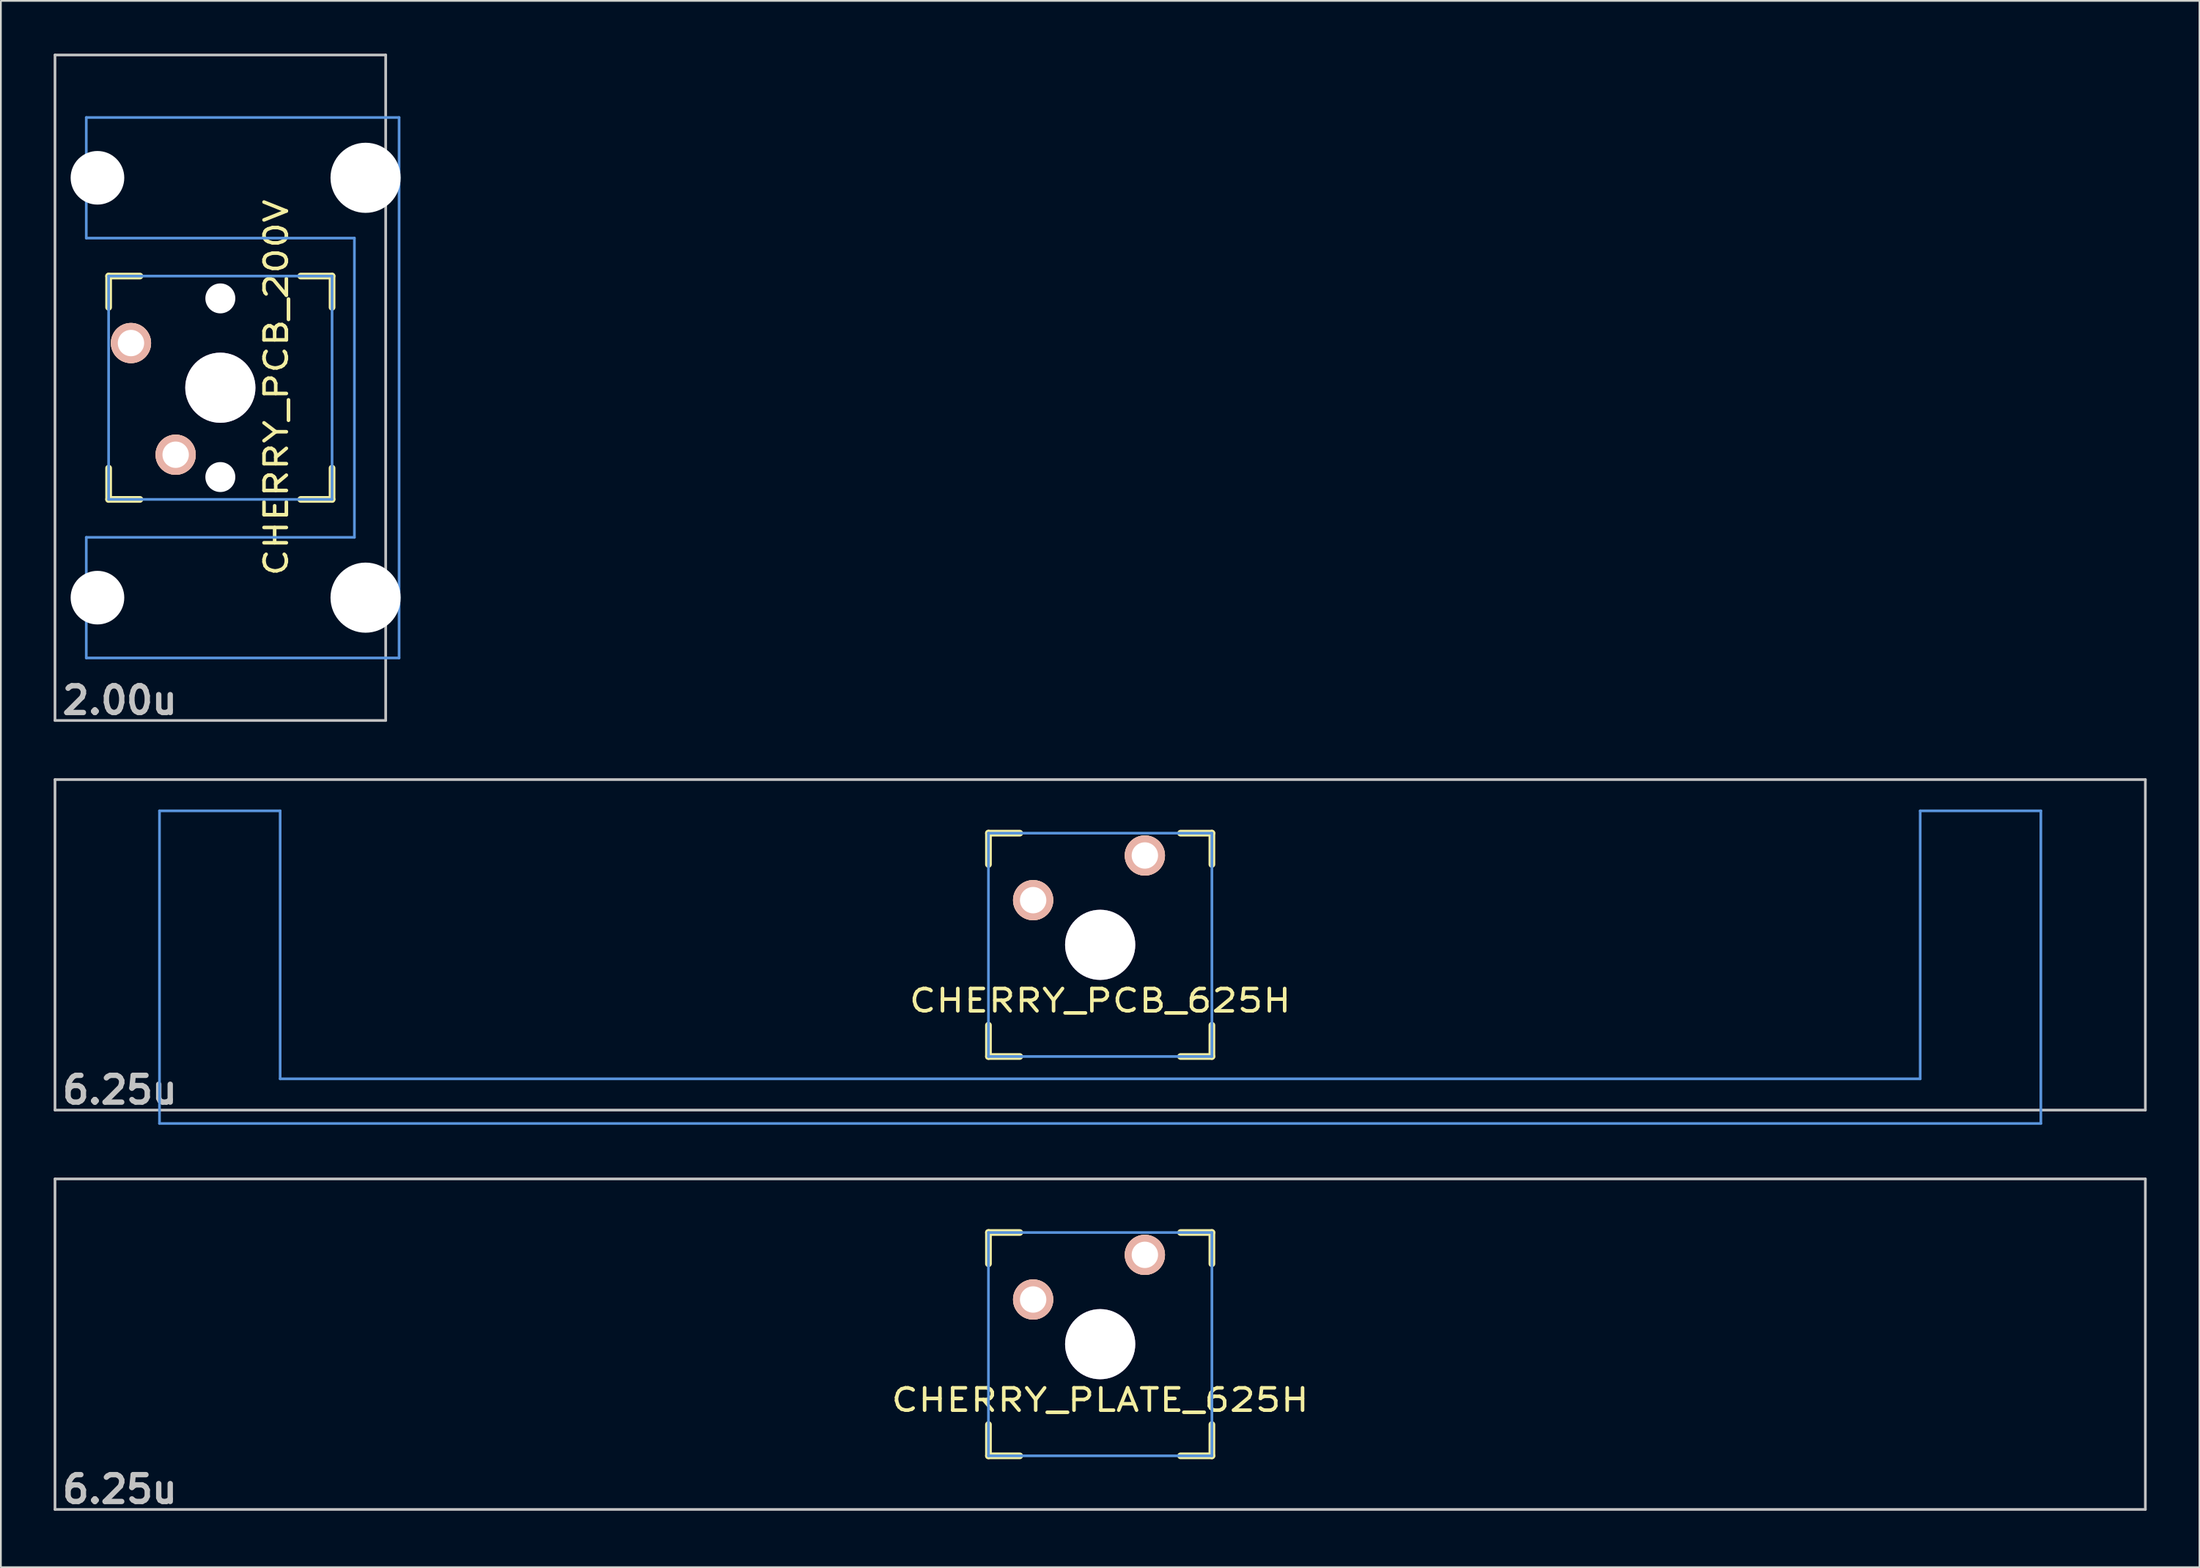
<source format=kicad_pcb>
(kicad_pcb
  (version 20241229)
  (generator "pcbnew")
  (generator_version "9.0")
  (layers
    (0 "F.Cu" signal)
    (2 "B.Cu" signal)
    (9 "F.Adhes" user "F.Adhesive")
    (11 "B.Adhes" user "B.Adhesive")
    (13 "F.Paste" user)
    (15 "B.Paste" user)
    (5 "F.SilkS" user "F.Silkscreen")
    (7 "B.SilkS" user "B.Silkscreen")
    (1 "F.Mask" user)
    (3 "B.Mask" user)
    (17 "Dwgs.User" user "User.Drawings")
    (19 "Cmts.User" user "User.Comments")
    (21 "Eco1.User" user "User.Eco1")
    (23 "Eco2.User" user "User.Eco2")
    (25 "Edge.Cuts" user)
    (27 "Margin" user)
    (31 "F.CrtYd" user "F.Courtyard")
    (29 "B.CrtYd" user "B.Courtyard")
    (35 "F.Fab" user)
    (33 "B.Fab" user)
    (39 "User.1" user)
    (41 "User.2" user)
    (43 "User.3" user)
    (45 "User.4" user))
  (footprint "CHERRY_PCB_625H"
    (layer "F.Cu")
    (at 59.482 50.68)
    (property "Reference" "CHERRY_PCB_625H" (at 0 3.175 0) (layer "F.SilkS") (effects (font (size 1.27 1.524) (thickness 0.203))))
    (attr through_hole)
    (fp_line (start -6.35 -6.35) (end -4.572 -6.35) (stroke (width 0.381) (type solid)) (layer "F.SilkS"))
    (fp_line (start -6.35 -4.572) (end -6.35 -6.35) (stroke (width 0.381) (type solid)) (layer "F.SilkS"))
    (fp_line (start -6.35 6.35) (end -6.35 4.572) (stroke (width 0.381) (type solid)) (layer "F.SilkS"))
    (fp_line (start -4.572 6.35) (end -6.35 6.35) (stroke (width 0.381) (type solid)) (layer "F.SilkS"))
    (fp_line (start 4.572 -6.35) (end 6.35 -6.35) (stroke (width 0.381) (type solid)) (layer "F.SilkS"))
    (fp_line (start 6.35 -6.35) (end 6.35 -4.572) (stroke (width 0.381) (type solid)) (layer "F.SilkS"))
    (fp_line (start 6.35 4.572) (end 6.35 6.35) (stroke (width 0.381) (type solid)) (layer "F.SilkS"))
    (fp_line (start 6.35 6.35) (end 4.572 6.35) (stroke (width 0.381) (type solid)) (layer "F.SilkS"))
    (fp_line (start -59.406 -9.398) (end 59.406 -9.398) (stroke (width 0.152) (type solid)) (layer "Dwgs.User"))
    (fp_line (start -59.406 9.398) (end -59.406 -9.398) (stroke (width 0.152) (type solid)) (layer "Dwgs.User"))
    (fp_line (start 59.406 -9.398) (end 59.406 9.398) (stroke (width 0.152) (type solid)) (layer "Dwgs.User"))
    (fp_line (start 59.406 9.398) (end -59.406 9.398) (stroke (width 0.152) (type solid)) (layer "Dwgs.User"))
    (fp_line (start -53.467 -7.62) (end -53.467 10.16) (stroke (width 0.152) (type solid)) (layer "Cmts.User"))
    (fp_line (start -53.467 10.16) (end 53.467 10.16) (stroke (width 0.152) (type solid)) (layer "Cmts.User"))
    (fp_line (start -46.609 -7.62) (end -53.467 -7.62) (stroke (width 0.152) (type solid)) (layer "Cmts.User"))
    (fp_line (start -46.609 7.62) (end -46.609 -7.62) (stroke (width 0.152) (type solid)) (layer "Cmts.User"))
    (fp_line (start -6.35 -6.35) (end 6.35 -6.35) (stroke (width 0.152) (type solid)) (layer "Cmts.User"))
    (fp_line (start -6.35 6.35) (end -6.35 -6.35) (stroke (width 0.152) (type solid)) (layer "Cmts.User"))
    (fp_line (start 6.35 -6.35) (end 6.35 6.35) (stroke (width 0.152) (type solid)) (layer "Cmts.User"))
    (fp_line (start 6.35 6.35) (end -6.35 6.35) (stroke (width 0.152) (type solid)) (layer "Cmts.User"))
    (fp_line (start 46.609 -7.62) (end 46.609 7.62) (stroke (width 0.152) (type solid)) (layer "Cmts.User"))
    (fp_line (start 46.609 7.62) (end -46.609 7.62) (stroke (width 0.152) (type solid)) (layer "Cmts.User"))
    (fp_line (start 53.467 -7.62) (end 46.609 -7.62) (stroke (width 0.152) (type solid)) (layer "Cmts.User"))
    (fp_line (start 53.467 10.16) (end 53.467 -7.62) (stroke (width 0.152) (type solid)) (layer "Cmts.User"))
    (fp_line (start -54.229 -2.286) (end -53.365 -2.286) (stroke (width 0.152) (type solid)) (layer "Eco2.User"))
    (fp_line (start -54.229 0.508) (end -54.229 -2.286) (stroke (width 0.152) (type solid)) (layer "Eco2.User"))
    (fp_line (start -53.365 -5.69) (end -46.711 -5.69) (stroke (width 0.152) (type solid)) (layer "Eco2.User"))
    (fp_line (start -53.365 -2.286) (end -53.365 -5.69) (stroke (width 0.152) (type solid)) (layer "Eco2.User"))
    (fp_line (start -53.365 0.508) (end -54.229 0.508) (stroke (width 0.152) (type solid)) (layer "Eco2.User"))
    (fp_line (start -53.365 6.604) (end -53.365 0.508) (stroke (width 0.152) (type solid)) (layer "Eco2.User"))
    (fp_line (start -52.324 6.604) (end -53.365 6.604) (stroke (width 0.152) (type solid)) (layer "Eco2.User"))
    (fp_line (start -52.324 7.772) (end -52.324 6.604) (stroke (width 0.152) (type solid)) (layer "Eco2.User"))
    (fp_line (start -47.752 6.604) (end -47.752 7.772) (stroke (width 0.152) (type solid)) (layer "Eco2.User"))
    (fp_line (start -47.752 7.772) (end -52.324 7.772) (stroke (width 0.152) (type solid)) (layer "Eco2.User"))
    (fp_line (start -46.711 -5.69) (end -46.711 -2.286) (stroke (width 0.152) (type solid)) (layer "Eco2.User"))
    (fp_line (start -46.711 -2.286) (end -6.985 -2.286) (stroke (width 0.152) (type solid)) (layer "Eco2.User"))
    (fp_line (start -46.711 2.286) (end -46.711 6.604) (stroke (width 0.152) (type solid)) (layer "Eco2.User"))
    (fp_line (start -46.711 6.604) (end -47.752 6.604) (stroke (width 0.152) (type solid)) (layer "Eco2.User"))
    (fp_line (start -6.985 -6.985) (end 6.985 -6.985) (stroke (width 0.152) (type solid)) (layer "Eco2.User"))
    (fp_line (start -6.985 -2.286) (end -6.985 -6.985) (stroke (width 0.152) (type solid)) (layer "Eco2.User"))
    (fp_line (start -6.985 2.286) (end -46.711 2.286) (stroke (width 0.152) (type solid)) (layer "Eco2.User"))
    (fp_line (start -6.985 6.985) (end -6.985 2.286) (stroke (width 0.152) (type solid)) (layer "Eco2.User"))
    (fp_line (start 6.985 -6.985) (end 6.985 -2.286) (stroke (width 0.152) (type solid)) (layer "Eco2.User"))
    (fp_line (start 6.985 -2.286) (end 46.711 -2.286) (stroke (width 0.152) (type solid)) (layer "Eco2.User"))
    (fp_line (start 6.985 2.286) (end 6.985 6.985) (stroke (width 0.152) (type solid)) (layer "Eco2.User"))
    (fp_line (start 6.985 6.985) (end -6.985 6.985) (stroke (width 0.152) (type solid)) (layer "Eco2.User"))
    (fp_line (start 46.711 -5.69) (end 53.365 -5.69) (stroke (width 0.152) (type solid)) (layer "Eco2.User"))
    (fp_line (start 46.711 -2.286) (end 46.711 -5.69) (stroke (width 0.152) (type solid)) (layer "Eco2.User"))
    (fp_line (start 46.711 2.286) (end 6.985 2.286) (stroke (width 0.152) (type solid)) (layer "Eco2.User"))
    (fp_line (start 46.711 6.604) (end 46.711 2.286) (stroke (width 0.152) (type solid)) (layer "Eco2.User"))
    (fp_line (start 47.752 6.604) (end 46.711 6.604) (stroke (width 0.152) (type solid)) (layer "Eco2.User"))
    (fp_line (start 47.752 7.772) (end 47.752 6.604) (stroke (width 0.152) (type solid)) (layer "Eco2.User"))
    (fp_line (start 52.324 6.604) (end 52.324 7.772) (stroke (width 0.152) (type solid)) (layer "Eco2.User"))
    (fp_line (start 52.324 7.772) (end 47.752 7.772) (stroke (width 0.152) (type solid)) (layer "Eco2.User"))
    (fp_line (start 53.365 -5.69) (end 53.365 -2.286) (stroke (width 0.152) (type solid)) (layer "Eco2.User"))
    (fp_line (start 53.365 -2.286) (end 54.229 -2.286) (stroke (width 0.152) (type solid)) (layer "Eco2.User"))
    (fp_line (start 53.365 0.508) (end 53.365 6.604) (stroke (width 0.152) (type solid)) (layer "Eco2.User"))
    (fp_line (start 53.365 6.604) (end 52.324 6.604) (stroke (width 0.152) (type solid)) (layer "Eco2.User"))
    (fp_line (start 54.229 -2.286) (end 54.229 0.508) (stroke (width 0.152) (type solid)) (layer "Eco2.User"))
    (fp_line (start 54.229 0.508) (end 53.365 0.508) (stroke (width 0.152) (type solid)) (layer "Eco2.User"))
    (fp_text user "6.25u" (at -55.723 8.255 0) (layer "Dwgs.User") (effects (font (size 1.524 1.524) (thickness 0.305))))
    (pad "1" thru_hole circle (at 2.54 -5.08) (size 2.286 2.286) (drill 1.499) (layers "*.Cu" "*.SilkS" "*.Mask"))
    (pad "2" thru_hole circle (at -3.81 -2.54) (size 2.286 2.286) (drill 1.499) (layers "*.Cu" "*.SilkS" "*.Mask"))
    (pad "HOLE" thru_hole circle (at 0 0) (size 3.988 3.988) (drill 3.988) (layers "*.Cu" "*.Mask")))
  (footprint "CHERRY_PLATE_625H"
    (layer "F.Cu")
    (at 59.482 73.39)
    (property "Reference" "CHERRY_PLATE_625H" (at 0 3.175 0) (layer "F.SilkS") (effects (font (size 1.27 1.524) (thickness 0.203))))
    (attr through_hole)
    (fp_line (start -6.35 -6.35) (end -4.572 -6.35) (stroke (width 0.381) (type solid)) (layer "F.SilkS"))
    (fp_line (start -6.35 -4.572) (end -6.35 -6.35) (stroke (width 0.381) (type solid)) (layer "F.SilkS"))
    (fp_line (start -6.35 6.35) (end -6.35 4.572) (stroke (width 0.381) (type solid)) (layer "F.SilkS"))
    (fp_line (start -4.572 6.35) (end -6.35 6.35) (stroke (width 0.381) (type solid)) (layer "F.SilkS"))
    (fp_line (start 4.572 -6.35) (end 6.35 -6.35) (stroke (width 0.381) (type solid)) (layer "F.SilkS"))
    (fp_line (start 6.35 -6.35) (end 6.35 -4.572) (stroke (width 0.381) (type solid)) (layer "F.SilkS"))
    (fp_line (start 6.35 4.572) (end 6.35 6.35) (stroke (width 0.381) (type solid)) (layer "F.SilkS"))
    (fp_line (start 6.35 6.35) (end 4.572 6.35) (stroke (width 0.381) (type solid)) (layer "F.SilkS"))
    (fp_line (start -59.406 -9.398) (end 59.406 -9.398) (stroke (width 0.152) (type solid)) (layer "Dwgs.User"))
    (fp_line (start -59.406 9.398) (end -59.406 -9.398) (stroke (width 0.152) (type solid)) (layer "Dwgs.User"))
    (fp_line (start 59.406 -9.398) (end 59.406 9.398) (stroke (width 0.152) (type solid)) (layer "Dwgs.User"))
    (fp_line (start 59.406 9.398) (end -59.406 9.398) (stroke (width 0.152) (type solid)) (layer "Dwgs.User"))
    (fp_line (start -6.35 -6.35) (end 6.35 -6.35) (stroke (width 0.152) (type solid)) (layer "Cmts.User"))
    (fp_line (start -6.35 6.35) (end -6.35 -6.35) (stroke (width 0.152) (type solid)) (layer "Cmts.User"))
    (fp_line (start 6.35 -6.35) (end 6.35 6.35) (stroke (width 0.152) (type solid)) (layer "Cmts.User"))
    (fp_line (start 6.35 6.35) (end -6.35 6.35) (stroke (width 0.152) (type solid)) (layer "Cmts.User"))
    (fp_text user "6.25u" (at -55.723 8.255 0) (layer "Dwgs.User") (effects (font (size 1.524 1.524) (thickness 0.305))))
    (pad "1" thru_hole circle (at 2.54 -5.08) (size 2.286 2.286) (drill 1.499) (layers "*.Cu" "*.SilkS" "*.Mask"))
    (pad "2" thru_hole circle (at -3.81 -2.54) (size 2.286 2.286) (drill 1.499) (layers "*.Cu" "*.SilkS" "*.Mask"))
    (pad "HOLE" thru_hole circle (at 0 0) (size 3.988 3.988) (drill 3.988) (layers "*.Cu" "*.Mask")))
  (footprint "CHERRY_PCB_200V"
    (layer "F.Cu")
    (at 9.474 18.999)
    (property "Reference" "CHERRY_PCB_200V" (at 3.175 0 90) (layer "F.SilkS") (effects (font (size 1.27 1.524) (thickness 0.203))))
    (attr through_hole)
    (fp_line (start -6.35 -6.35) (end -4.572 -6.35) (stroke (width 0.381) (type solid)) (layer "F.SilkS"))
    (fp_line (start -6.35 -4.572) (end -6.35 -6.35) (stroke (width 0.381) (type solid)) (layer "F.SilkS"))
    (fp_line (start -6.35 6.35) (end -6.35 4.572) (stroke (width 0.381) (type solid)) (layer "F.SilkS"))
    (fp_line (start -4.572 6.35) (end -6.35 6.35) (stroke (width 0.381) (type solid)) (layer "F.SilkS"))
    (fp_line (start 4.572 -6.35) (end 6.35 -6.35) (stroke (width 0.381) (type solid)) (layer "F.SilkS"))
    (fp_line (start 6.35 -6.35) (end 6.35 -4.572) (stroke (width 0.381) (type solid)) (layer "F.SilkS"))
    (fp_line (start 6.35 4.572) (end 6.35 6.35) (stroke (width 0.381) (type solid)) (layer "F.SilkS"))
    (fp_line (start 6.35 6.35) (end 4.572 6.35) (stroke (width 0.381) (type solid)) (layer "F.SilkS"))
    (fp_line (start -9.398 -18.923) (end 9.398 -18.923) (stroke (width 0.152) (type solid)) (layer "Dwgs.User"))
    (fp_line (start -9.398 18.923) (end -9.398 -18.923) (stroke (width 0.152) (type solid)) (layer "Dwgs.User"))
    (fp_line (start 9.398 -18.923) (end 9.398 18.923) (stroke (width 0.152) (type solid)) (layer "Dwgs.User"))
    (fp_line (start 9.398 18.923) (end -9.398 18.923) (stroke (width 0.152) (type solid)) (layer "Dwgs.User"))
    (fp_line (start -7.62 -15.367) (end -7.62 -8.509) (stroke (width 0.152) (type solid)) (layer "Cmts.User"))
    (fp_line (start -7.62 -8.509) (end 7.62 -8.509) (stroke (width 0.152) (type solid)) (layer "Cmts.User"))
    (fp_line (start -7.62 8.509) (end -7.62 15.367) (stroke (width 0.152) (type solid)) (layer "Cmts.User"))
    (fp_line (start -7.62 15.367) (end 10.16 15.367) (stroke (width 0.152) (type solid)) (layer "Cmts.User"))
    (fp_line (start -6.35 -6.35) (end 6.35 -6.35) (stroke (width 0.152) (type solid)) (layer "Cmts.User"))
    (fp_line (start -6.35 6.35) (end -6.35 -6.35) (stroke (width 0.152) (type solid)) (layer "Cmts.User"))
    (fp_line (start 6.35 -6.35) (end 6.35 6.35) (stroke (width 0.152) (type solid)) (layer "Cmts.User"))
    (fp_line (start 6.35 6.35) (end -6.35 6.35) (stroke (width 0.152) (type solid)) (layer "Cmts.User"))
    (fp_line (start 7.62 -8.509) (end 7.62 8.509) (stroke (width 0.152) (type solid)) (layer "Cmts.User"))
    (fp_line (start 7.62 8.509) (end -7.62 8.509) (stroke (width 0.152) (type solid)) (layer "Cmts.User"))
    (fp_line (start 10.16 -15.367) (end -7.62 -15.367) (stroke (width 0.152) (type solid)) (layer "Cmts.User"))
    (fp_line (start 10.16 15.367) (end 10.16 -15.367) (stroke (width 0.152) (type solid)) (layer "Cmts.User"))
    (fp_line (start -6.985 -6.985) (end -4.877 -6.985) (stroke (width 0.152) (type solid)) (layer "Eco2.User"))
    (fp_line (start -6.985 6.985) (end -6.985 -6.985) (stroke (width 0.152) (type solid)) (layer "Eco2.User"))
    (fp_line (start -5.69 -15.265) (end -2.286 -15.265) (stroke (width 0.152) (type solid)) (layer "Eco2.User"))
    (fp_line (start -5.69 -8.611) (end -5.69 -15.265) (stroke (width 0.152) (type solid)) (layer "Eco2.User"))
    (fp_line (start -5.69 8.611) (end -4.877 8.611) (stroke (width 0.152) (type solid)) (layer "Eco2.User"))
    (fp_line (start -5.69 15.265) (end -5.69 8.611) (stroke (width 0.152) (type solid)) (layer "Eco2.User"))
    (fp_line (start -4.877 -8.611) (end -5.69 -8.611) (stroke (width 0.152) (type solid)) (layer "Eco2.User"))
    (fp_line (start -4.877 -6.985) (end -4.877 -8.611) (stroke (width 0.152) (type solid)) (layer "Eco2.User"))
    (fp_line (start -4.877 6.985) (end -6.985 6.985) (stroke (width 0.152) (type solid)) (layer "Eco2.User"))
    (fp_line (start -4.877 8.611) (end -4.877 6.985) (stroke (width 0.152) (type solid)) (layer "Eco2.User"))
    (fp_line (start -2.286 -16.129) (end 0.508 -16.129) (stroke (width 0.152) (type solid)) (layer "Eco2.User"))
    (fp_line (start -2.286 -15.265) (end -2.286 -16.129) (stroke (width 0.152) (type solid)) (layer "Eco2.User"))
    (fp_line (start -2.286 15.265) (end -5.69 15.265) (stroke (width 0.152) (type solid)) (layer "Eco2.User"))
    (fp_line (start -2.286 16.129) (end -2.286 15.265) (stroke (width 0.152) (type solid)) (layer "Eco2.User"))
    (fp_line (start 0.508 -16.129) (end 0.508 -15.265) (stroke (width 0.152) (type solid)) (layer "Eco2.User"))
    (fp_line (start 0.508 -15.265) (end 6.604 -15.265) (stroke (width 0.152) (type solid)) (layer "Eco2.User"))
    (fp_line (start 0.508 15.265) (end 0.508 16.129) (stroke (width 0.152) (type solid)) (layer "Eco2.User"))
    (fp_line (start 0.508 16.129) (end -2.286 16.129) (stroke (width 0.152) (type solid)) (layer "Eco2.User"))
    (fp_line (start 5.817 -8.611) (end 5.817 -6.985) (stroke (width 0.152) (type solid)) (layer "Eco2.User"))
    (fp_line (start 5.817 -6.985) (end 6.985 -6.985) (stroke (width 0.152) (type solid)) (layer "Eco2.User"))
    (fp_line (start 5.817 6.985) (end 5.817 8.611) (stroke (width 0.152) (type solid)) (layer "Eco2.User"))
    (fp_line (start 5.817 8.611) (end 6.604 8.611) (stroke (width 0.152) (type solid)) (layer "Eco2.User"))
    (fp_line (start 6.604 -15.265) (end 6.604 -14.224) (stroke (width 0.152) (type solid)) (layer "Eco2.User"))
    (fp_line (start 6.604 -14.224) (end 7.772 -14.224) (stroke (width 0.152) (type solid)) (layer "Eco2.User"))
    (fp_line (start 6.604 -9.652) (end 6.604 -8.611) (stroke (width 0.152) (type solid)) (layer "Eco2.User"))
    (fp_line (start 6.604 -8.611) (end 5.817 -8.611) (stroke (width 0.152) (type solid)) (layer "Eco2.User"))
    (fp_line (start 6.604 8.611) (end 6.604 9.652) (stroke (width 0.152) (type solid)) (layer "Eco2.User"))
    (fp_line (start 6.604 9.652) (end 7.772 9.652) (stroke (width 0.152) (type solid)) (layer "Eco2.User"))
    (fp_line (start 6.604 14.224) (end 6.604 15.265) (stroke (width 0.152) (type solid)) (layer "Eco2.User"))
    (fp_line (start 6.604 15.265) (end 0.508 15.265) (stroke (width 0.152) (type solid)) (layer "Eco2.User"))
    (fp_line (start 6.985 -6.985) (end 6.985 6.985) (stroke (width 0.152) (type solid)) (layer "Eco2.User"))
    (fp_line (start 6.985 6.985) (end 5.817 6.985) (stroke (width 0.152) (type solid)) (layer "Eco2.User"))
    (fp_line (start 7.772 -14.224) (end 7.772 -9.652) (stroke (width 0.152) (type solid)) (layer "Eco2.User"))
    (fp_line (start 7.772 -9.652) (end 6.604 -9.652) (stroke (width 0.152) (type solid)) (layer "Eco2.User"))
    (fp_line (start 7.772 9.652) (end 7.772 14.224) (stroke (width 0.152) (type solid)) (layer "Eco2.User"))
    (fp_line (start 7.772 14.224) (end 6.604 14.224) (stroke (width 0.152) (type solid)) (layer "Eco2.User"))
    (fp_text user "2.00u" (at -5.715 17.78 0) (layer "Dwgs.User") (effects (font (size 1.524 1.524) (thickness 0.305))))
    (pad "" np_thru_hole circle (at -6.985 -11.938 90) (size 3.048 3.048) (drill 3.048) (layers "*.Cu"))
    (pad "" np_thru_hole circle (at -6.985 11.938 90) (size 3.048 3.048) (drill 3.048) (layers "*.Cu"))
    (pad "" np_thru_hole circle (at 0 -5.08 90) (size 1.702 1.702) (drill 1.702) (layers "*.Cu"))
    (pad "" np_thru_hole circle (at 0 5.08 90) (size 1.702 1.702) (drill 1.702) (layers "*.Cu"))
    (pad "" np_thru_hole circle (at 8.255 -11.938 90) (size 3.988 3.988) (drill 3.988) (layers "*.Cu"))
    (pad "" np_thru_hole circle (at 8.255 11.938 90) (size 3.988 3.988) (drill 3.988) (layers "*.Cu"))
    (pad "1" thru_hole circle (at -5.08 -2.54 90) (size 2.286 2.286) (drill 1.499) (layers "*.Cu" "*.SilkS" "*.Mask"))
    (pad "2" thru_hole circle (at -2.54 3.81 90) (size 2.286 2.286) (drill 1.499) (layers "*.Cu" "*.SilkS" "*.Mask"))
    (pad "HOLE" thru_hole circle (at 0 0 90) (size 3.988 3.988) (drill 3.988) (layers "*.Cu" "*.Mask")))
  (gr_rect
    (start -3 -3)
    (end 121.963 86.072)
    (stroke (width 0.1) (type default))
    (fill no)
    (layer "Edge.Cuts")))
</source>
